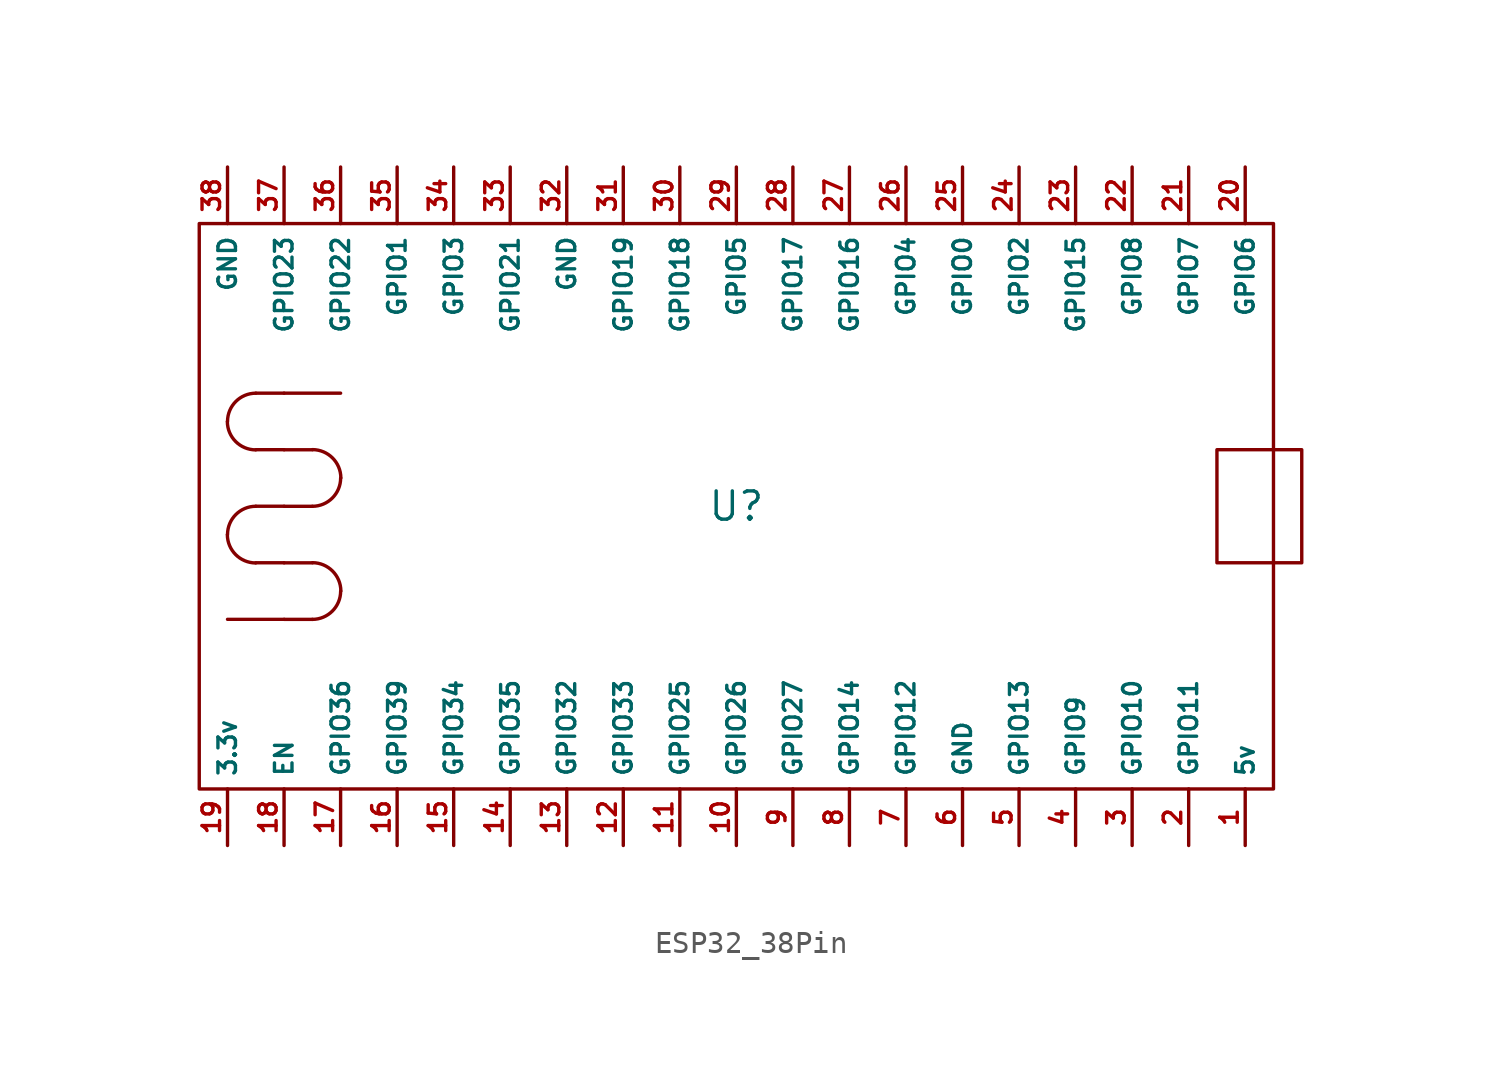
<source format=kicad_sym>
(kicad_symbol_lib
  (version 20220914)
  (generator kicad_symbol_editor)
  (symbol "ESP32_38Pin"
    (property "Reference" "U"
      (at 0 0 0)
      (effects (font (size 1.27 1.27))))
    (property "Value" ""
      (at 0 0 0)
      (effects (font (size 1.27 1.27))))
    (symbol "ESP32_38Pin_0_1"
      (rectangle (start -24.13 12.7) (end 24.13 -12.7) (stroke (width 0) (type default)) (fill (type none)))
      (arc (start -22.8675 -1.2775) (mid -22.4933 -2.1733) (end -21.5975 -2.5475) (stroke (width 0) (type default)) (fill (type none)))
      (arc (start -22.8675 3.8025) (mid -22.4933 2.9067) (end -21.5975 2.5325) (stroke (width 0) (type default)) (fill (type none)))
      (arc (start -21.59 0) (mid -22.4873 -0.3727) (end -22.86 -1.27) (stroke (width 0) (type default)) (fill (type none)))
      (arc (start -21.59 5.08) (mid -22.4873 4.7073) (end -22.86 3.81) (stroke (width 0) (type default)) (fill (type none)))
      (arc (start -19.0475 -5.0825) (mid -18.1502 -4.7098) (end -17.7775 -3.8125) (stroke (width 0) (type default)) (fill (type none)))
      (arc (start -19.0475 -0.0025) (mid -18.1502 0.3702) (end -17.7775 1.2675) (stroke (width 0) (type default)) (fill (type none)))
      (arc (start -17.77 -3.805) (mid -18.1442 -2.9092) (end -19.04 -2.535) (stroke (width 0) (type default)) (fill (type none)))
      (arc (start -17.77 1.275) (mid -18.1442 2.1708) (end -19.04 2.545) (stroke (width 0) (type default)) (fill (type none)))
      (polyline (pts (xy -21.59 -2.54) (xy -20.32 -2.54)) (stroke (width 0) (type default)) (fill (type none)))
      (polyline (pts (xy -21.59 0) (xy -20.32 0)) (stroke (width 0) (type default)) (fill (type none)))
      (polyline (pts (xy -21.59 2.54) (xy -20.32 2.54)) (stroke (width 0) (type default)) (fill (type none)))
      (polyline (pts (xy -21.59 5.08) (xy -20.32 5.08)) (stroke (width 0) (type default)) (fill (type none)))
      (polyline (pts (xy -20.32 -5.08) (xy -22.86 -5.08)) (stroke (width 0) (type default)) (fill (type none)))
      (polyline (pts (xy -20.32 5.08) (xy -17.78 5.08)) (stroke (width 0) (type default)) (fill (type none)))
      (polyline (pts (xy -19.047 -5.082) (xy -20.317 -5.082)) (stroke (width 0) (type default)) (fill (type none)))
      (polyline (pts (xy -19.047 -2.542) (xy -20.317 -2.542)) (stroke (width 0) (type default)) (fill (type none)))
      (polyline (pts (xy -19.047 -0.003) (xy -20.317 -0.003)) (stroke (width 0) (type default)) (fill (type none)))
      (polyline (pts (xy -19.047 2.538) (xy -20.317 2.538)) (stroke (width 0) (type default)) (fill (type none)))
      (rectangle (start 21.59 2.54) (end 25.4 -2.54) (stroke (width 0) (type default)) (fill (type none))))
    (symbol "ESP32_38Pin_1_1"
      (pin power_out line (at 22.86 -15.24 90) (length 2.54) (name "5v" (effects (font (size 0.787 0.787)))) (number "1" (effects (font (size 0.787 0.787)))))
      (pin bidirectional line (at 0 -15.24 90) (length 2.54) (name "GPIO26" (effects (font (size 0.787 0.787)))) (number "10" (effects (font (size 0.787 0.787)))))
      (pin bidirectional line (at -2.54 -15.24 90) (length 2.54) (name "GPIO25" (effects (font (size 0.787 0.787)))) (number "11" (effects (font (size 0.787 0.787)))))
      (pin bidirectional line (at -5.08 -15.24 90) (length 2.54) (name "GPIO33" (effects (font (size 0.787 0.787)))) (number "12" (effects (font (size 0.787 0.787)))))
      (pin bidirectional line (at -7.62 -15.24 90) (length 2.54) (name "GPIO32" (effects (font (size 0.787 0.787)))) (number "13" (effects (font (size 0.787 0.787)))))
      (pin bidirectional line (at -10.16 -15.24 90) (length 2.54) (name "GPIO35" (effects (font (size 0.787 0.787)))) (number "14" (effects (font (size 0.787 0.787)))))
      (pin bidirectional line (at -12.7 -15.24 90) (length 2.54) (name "GPIO34" (effects (font (size 0.787 0.787)))) (number "15" (effects (font (size 0.787 0.787)))))
      (pin bidirectional line (at -15.24 -15.24 90) (length 2.54) (name "GPIO39" (effects (font (size 0.787 0.787)))) (number "16" (effects (font (size 0.787 0.787)))))
      (pin bidirectional line (at -17.78 -15.24 90) (length 2.54) (name "GPIO36" (effects (font (size 0.787 0.787)))) (number "17" (effects (font (size 0.787 0.787)))))
      (pin bidirectional line (at -20.32 -15.24 90) (length 2.54) (name "EN" (effects (font (size 0.787 0.787)))) (number "18" (effects (font (size 0.787 0.787)))))
      (pin output line (at -22.86 -15.24 90) (length 2.54) (name "3.3v" (effects (font (size 0.787 0.787)))) (number "19" (effects (font (size 0.787 0.787)))))
      (pin bidirectional line (at 20.32 -15.24 90) (length 2.54) (name "GPIO11" (effects (font (size 0.787 0.787)))) (number "2" (effects (font (size 0.787 0.787)))))
      (pin bidirectional line (at 22.86 15.24 270) (length 2.54) (name "GPIO6" (effects (font (size 0.787 0.787)))) (number "20" (effects (font (size 0.787 0.787)))))
      (pin bidirectional line (at 20.32 15.24 270) (length 2.54) (name "GPIO7" (effects (font (size 0.787 0.787)))) (number "21" (effects (font (size 0.787 0.787)))))
      (pin bidirectional line (at 17.78 15.24 270) (length 2.54) (name "GPIO8" (effects (font (size 0.787 0.787)))) (number "22" (effects (font (size 0.787 0.787)))))
      (pin bidirectional line (at 15.24 15.24 270) (length 2.54) (name "GPIO15" (effects (font (size 0.787 0.787)))) (number "23" (effects (font (size 0.787 0.787)))))
      (pin bidirectional line (at 12.7 15.24 270) (length 2.54) (name "GPIO2" (effects (font (size 0.787 0.787)))) (number "24" (effects (font (size 0.787 0.787)))))
      (pin bidirectional line (at 10.16 15.24 270) (length 2.54) (name "GPIO0" (effects (font (size 0.787 0.787)))) (number "25" (effects (font (size 0.787 0.787)))))
      (pin bidirectional line (at 7.62 15.24 270) (length 2.54) (name "GPIO4" (effects (font (size 0.787 0.787)))) (number "26" (effects (font (size 0.787 0.787)))))
      (pin bidirectional line (at 5.08 15.24 270) (length 2.54) (name "GPIO16" (effects (font (size 0.787 0.787)))) (number "27" (effects (font (size 0.787 0.787)))))
      (pin bidirectional line (at 2.54 15.24 270) (length 2.54) (name "GPIO17" (effects (font (size 0.787 0.787)))) (number "28" (effects (font (size 0.787 0.787)))))
      (pin bidirectional line (at 0 15.24 270) (length 2.54) (name "GPIO5" (effects (font (size 0.787 0.787)))) (number "29" (effects (font (size 0.787 0.787)))))
      (pin bidirectional line (at 17.78 -15.24 90) (length 2.54) (name "GPIO10" (effects (font (size 0.787 0.787)))) (number "3" (effects (font (size 0.787 0.787)))))
      (pin bidirectional line (at -2.54 15.24 270) (length 2.54) (name "GPIO18" (effects (font (size 0.787 0.787)))) (number "30" (effects (font (size 0.787 0.787)))))
      (pin bidirectional line (at -5.08 15.24 270) (length 2.54) (name "GPIO19" (effects (font (size 0.787 0.787)))) (number "31" (effects (font (size 0.787 0.787)))))
      (pin power_in line (at -7.62 15.24 270) (length 2.54) (name "GND" (effects (font (size 0.787 0.787)))) (number "32" (effects (font (size 0.787 0.787)))))
      (pin bidirectional line (at -10.16 15.24 270) (length 2.54) (name "GPIO21" (effects (font (size 0.787 0.787)))) (number "33" (effects (font (size 0.787 0.787)))))
      (pin bidirectional line (at -12.7 15.24 270) (length 2.54) (name "GPIO3" (effects (font (size 0.787 0.787)))) (number "34" (effects (font (size 0.787 0.787)))))
      (pin bidirectional line (at -15.24 15.24 270) (length 2.54) (name "GPIO1" (effects (font (size 0.787 0.787)))) (number "35" (effects (font (size 0.787 0.787)))))
      (pin bidirectional line (at -17.78 15.24 270) (length 2.54) (name "GPIO22" (effects (font (size 0.787 0.787)))) (number "36" (effects (font (size 0.787 0.787)))))
      (pin bidirectional line (at -20.32 15.24 270) (length 2.54) (name "GPIO23" (effects (font (size 0.787 0.787)))) (number "37" (effects (font (size 0.787 0.787)))))
      (pin power_in line (at -22.86 15.24 270) (length 2.54) (name "GND" (effects (font (size 0.787 0.787)))) (number "38" (effects (font (size 0.787 0.787)))))
      (pin bidirectional line (at 15.24 -15.24 90) (length 2.54) (name "GPIO9" (effects (font (size 0.787 0.787)))) (number "4" (effects (font (size 0.787 0.787)))))
      (pin bidirectional line (at 12.7 -15.24 90) (length 2.54) (name "GPIO13" (effects (font (size 0.787 0.787)))) (number "5" (effects (font (size 0.787 0.787)))))
      (pin power_in line (at 10.16 -15.24 90) (length 2.54) (name "GND" (effects (font (size 0.787 0.787)))) (number "6" (effects (font (size 0.787 0.787)))))
      (pin bidirectional line (at 7.62 -15.24 90) (length 2.54) (name "GPIO12" (effects (font (size 0.787 0.787)))) (number "7" (effects (font (size 0.787 0.787)))))
      (pin bidirectional line (at 5.08 -15.24 90) (length 2.54) (name "GPIO14" (effects (font (size 0.787 0.787)))) (number "8" (effects (font (size 0.787 0.787)))))
      (pin bidirectional line (at 2.54 -15.24 90) (length 2.54) (name "GPIO27" (effects (font (size 0.787 0.787)))) (number "9" (effects (font (size 0.787 0.787))))))))
</source>
